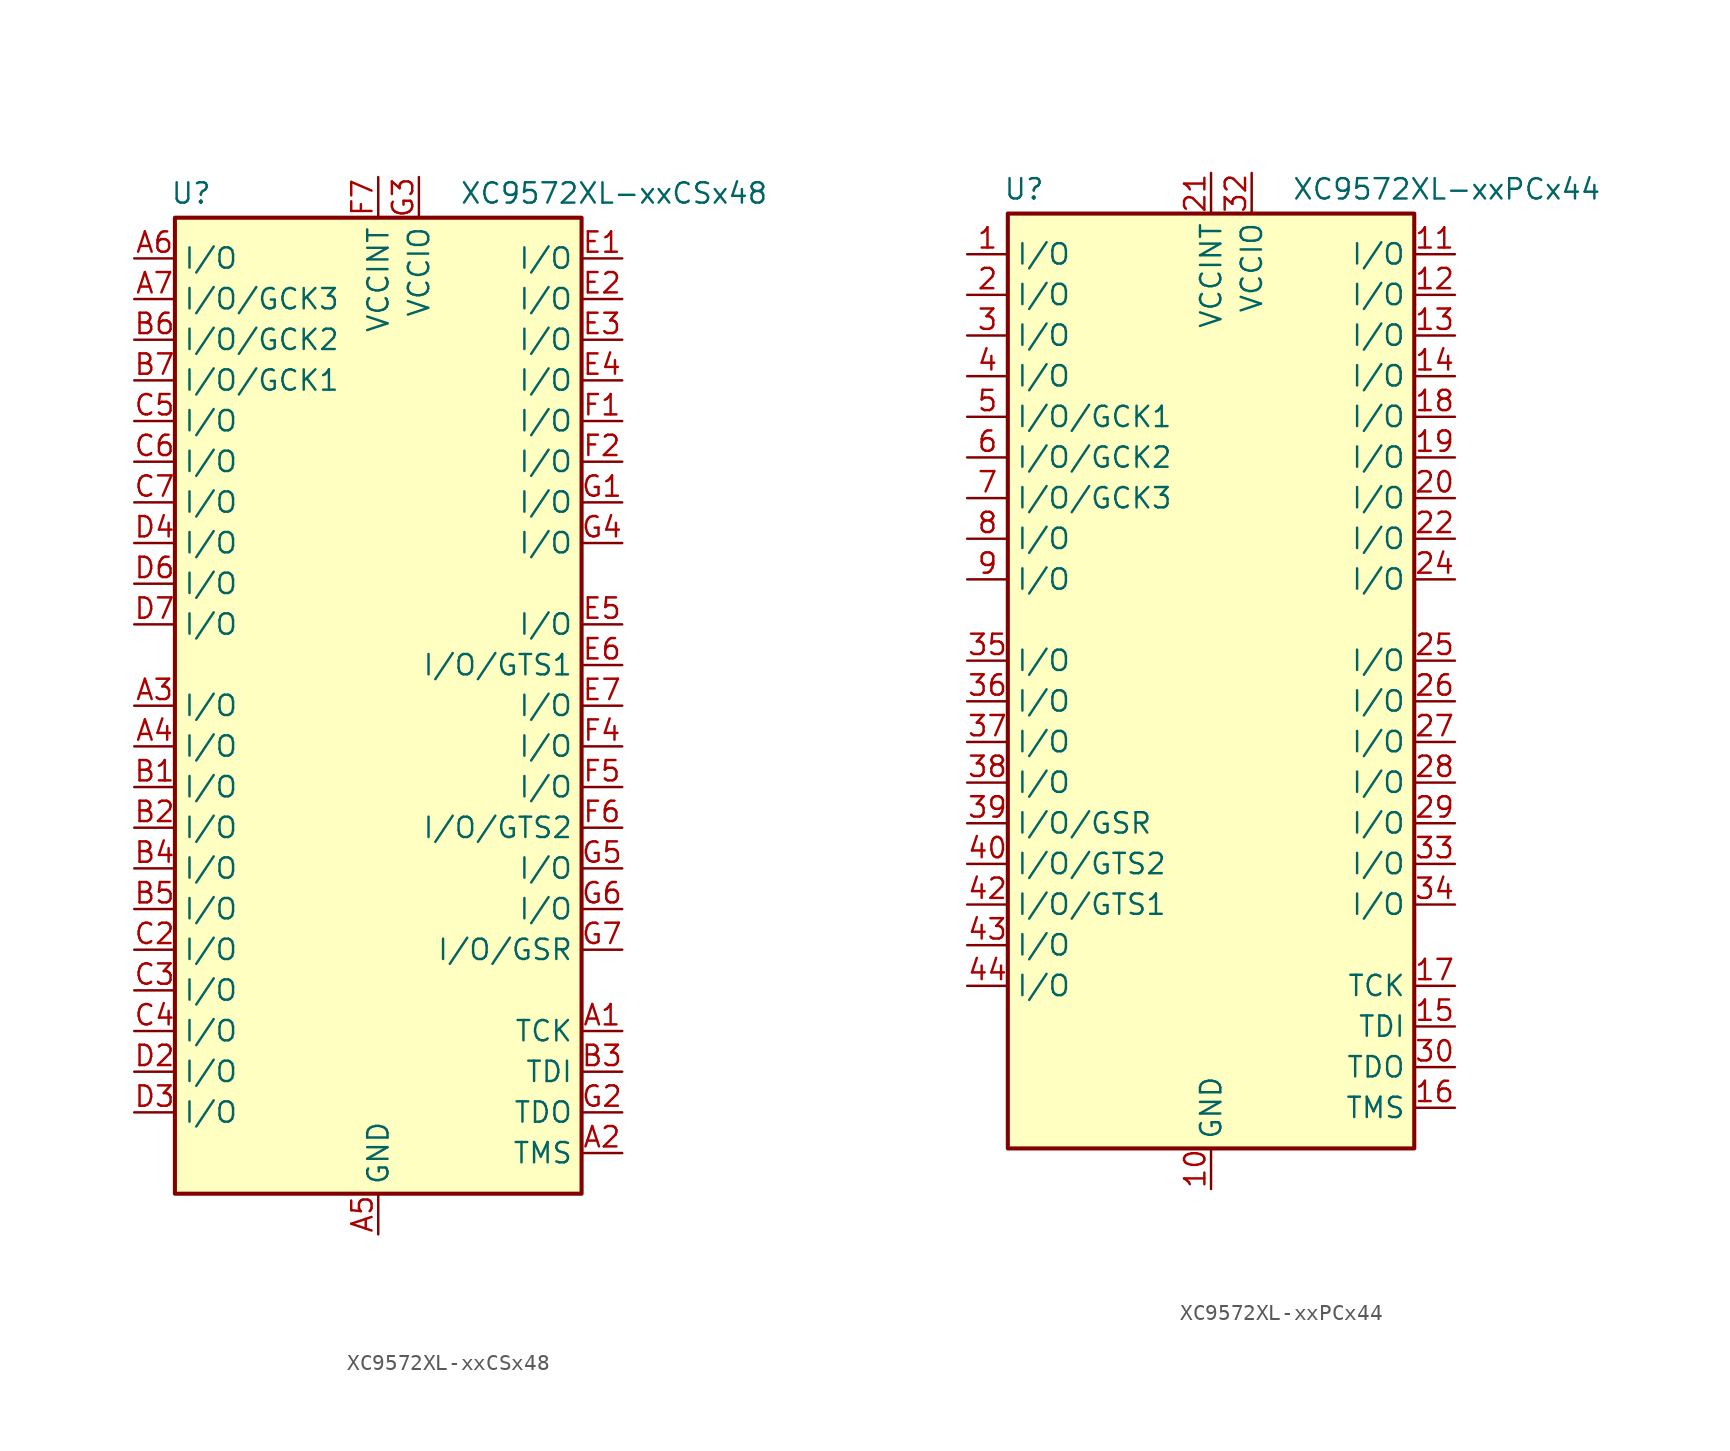
<source format=kicad_sym>
(kicad_symbol_lib
  (version 20241209)
  (generator "kicad_symbol_editor")
  (generator_version "9.0")
  (symbol "XC9572XL-xxCSx48"
    (property "Reference" "U"
      (at -11.684 32.004 0)
      (effects (font (size 1.27 1.27))))
    (property "Value" "XC9572XL-xxCSx48"
      (at 14.732 32.004 0)
      (effects (font (size 1.27 1.27))))
    (symbol "XC9572XL-xxCSx48_1_1"
      (rectangle (start -12.7 30.48) (end 12.7 -30.48) (stroke (width 0.254) (type default)) (fill (type background)))
      (pin bidirectional line (at -15.24 27.94 0) (length 2.54) (name "I/O" (effects (font (size 1.27 1.27)))) (number "A6" (effects (font (size 1.27 1.27)))))
      (pin bidirectional line (at -15.24 25.4 0) (length 2.54) (name "I/O/GCK3" (effects (font (size 1.27 1.27)))) (number "A7" (effects (font (size 1.27 1.27)))))
      (pin bidirectional line (at -15.24 22.86 0) (length 2.54) (name "I/O/GCK2" (effects (font (size 1.27 1.27)))) (number "B6" (effects (font (size 1.27 1.27)))))
      (pin bidirectional line (at -15.24 20.32 0) (length 2.54) (name "I/O/GCK1" (effects (font (size 1.27 1.27)))) (number "B7" (effects (font (size 1.27 1.27)))))
      (pin bidirectional line (at -15.24 17.78 0) (length 2.54) (name "I/O" (effects (font (size 1.27 1.27)))) (number "C5" (effects (font (size 1.27 1.27)))))
      (pin bidirectional line (at -15.24 15.24 0) (length 2.54) (name "I/O" (effects (font (size 1.27 1.27)))) (number "C6" (effects (font (size 1.27 1.27)))))
      (pin bidirectional line (at -15.24 12.7 0) (length 2.54) (name "I/O" (effects (font (size 1.27 1.27)))) (number "C7" (effects (font (size 1.27 1.27)))))
      (pin bidirectional line (at -15.24 10.16 0) (length 2.54) (name "I/O" (effects (font (size 1.27 1.27)))) (number "D4" (effects (font (size 1.27 1.27)))))
      (pin bidirectional line (at -15.24 7.62 0) (length 2.54) (name "I/O" (effects (font (size 1.27 1.27)))) (number "D6" (effects (font (size 1.27 1.27)))))
      (pin bidirectional line (at -15.24 5.08 0) (length 2.54) (name "I/O" (effects (font (size 1.27 1.27)))) (number "D7" (effects (font (size 1.27 1.27)))))
      (pin bidirectional line (at -15.24 0 0) (length 2.54) (name "I/O" (effects (font (size 1.27 1.27)))) (number "A3" (effects (font (size 1.27 1.27)))))
      (pin bidirectional line (at -15.24 -2.54 0) (length 2.54) (name "I/O" (effects (font (size 1.27 1.27)))) (number "A4" (effects (font (size 1.27 1.27)))))
      (pin bidirectional line (at -15.24 -5.08 0) (length 2.54) (name "I/O" (effects (font (size 1.27 1.27)))) (number "B1" (effects (font (size 1.27 1.27)))))
      (pin bidirectional line (at -15.24 -7.62 0) (length 2.54) (name "I/O" (effects (font (size 1.27 1.27)))) (number "B2" (effects (font (size 1.27 1.27)))))
      (pin bidirectional line (at -15.24 -10.16 0) (length 2.54) (name "I/O" (effects (font (size 1.27 1.27)))) (number "B4" (effects (font (size 1.27 1.27)))))
      (pin bidirectional line (at -15.24 -12.7 0) (length 2.54) (name "I/O" (effects (font (size 1.27 1.27)))) (number "B5" (effects (font (size 1.27 1.27)))))
      (pin bidirectional line (at -15.24 -15.24 0) (length 2.54) (name "I/O" (effects (font (size 1.27 1.27)))) (number "C2" (effects (font (size 1.27 1.27)))))
      (pin bidirectional line (at -15.24 -17.78 0) (length 2.54) (name "I/O" (effects (font (size 1.27 1.27)))) (number "C3" (effects (font (size 1.27 1.27)))))
      (pin bidirectional line (at -15.24 -20.32 0) (length 2.54) (name "I/O" (effects (font (size 1.27 1.27)))) (number "C4" (effects (font (size 1.27 1.27)))))
      (pin bidirectional line (at -15.24 -22.86 0) (length 2.54) (name "I/O" (effects (font (size 1.27 1.27)))) (number "D2" (effects (font (size 1.27 1.27)))))
      (pin bidirectional line (at -15.24 -25.4 0) (length 2.54) (name "I/O" (effects (font (size 1.27 1.27)))) (number "D3" (effects (font (size 1.27 1.27)))))
      (pin passive line (at 0 33.02 270) (length 2.54) (hide yes) (name "VCCINT" (effects (font (size 1.27 1.27)))) (number "C1" (effects (font (size 1.27 1.27)))))
      (pin power_in line (at 0 33.02 270) (length 2.54) (name "VCCINT" (effects (font (size 1.27 1.27)))) (number "F7" (effects (font (size 1.27 1.27)))))
      (pin power_in line (at 0 -33.02 90) (length 2.54) (name "GND" (effects (font (size 1.27 1.27)))) (number "A5" (effects (font (size 1.27 1.27)))))
      (pin passive line (at 0 -33.02 90) (length 2.54) (hide yes) (name "GND" (effects (font (size 1.27 1.27)))) (number "D1" (effects (font (size 1.27 1.27)))))
      (pin passive line (at 0 -33.02 90) (length 2.54) (hide yes) (name "GND" (effects (font (size 1.27 1.27)))) (number "F3" (effects (font (size 1.27 1.27)))))
      (pin power_in line (at 2.54 33.02 270) (length 2.54) (name "VCCIO" (effects (font (size 1.27 1.27)))) (number "G3" (effects (font (size 1.27 1.27)))))
      (pin bidirectional line (at 15.24 27.94 180) (length 2.54) (name "I/O" (effects (font (size 1.27 1.27)))) (number "E1" (effects (font (size 1.27 1.27)))))
      (pin bidirectional line (at 15.24 25.4 180) (length 2.54) (name "I/O" (effects (font (size 1.27 1.27)))) (number "E2" (effects (font (size 1.27 1.27)))))
      (pin bidirectional line (at 15.24 22.86 180) (length 2.54) (name "I/O" (effects (font (size 1.27 1.27)))) (number "E3" (effects (font (size 1.27 1.27)))))
      (pin bidirectional line (at 15.24 20.32 180) (length 2.54) (name "I/O" (effects (font (size 1.27 1.27)))) (number "E4" (effects (font (size 1.27 1.27)))))
      (pin bidirectional line (at 15.24 17.78 180) (length 2.54) (name "I/O" (effects (font (size 1.27 1.27)))) (number "F1" (effects (font (size 1.27 1.27)))))
      (pin bidirectional line (at 15.24 15.24 180) (length 2.54) (name "I/O" (effects (font (size 1.27 1.27)))) (number "F2" (effects (font (size 1.27 1.27)))))
      (pin bidirectional line (at 15.24 12.7 180) (length 2.54) (name "I/O" (effects (font (size 1.27 1.27)))) (number "G1" (effects (font (size 1.27 1.27)))))
      (pin bidirectional line (at 15.24 10.16 180) (length 2.54) (name "I/O" (effects (font (size 1.27 1.27)))) (number "G4" (effects (font (size 1.27 1.27)))))
      (pin bidirectional line (at 15.24 5.08 180) (length 2.54) (name "I/O" (effects (font (size 1.27 1.27)))) (number "E5" (effects (font (size 1.27 1.27)))))
      (pin bidirectional line (at 15.24 2.54 180) (length 2.54) (name "I/O/GTS1" (effects (font (size 1.27 1.27)))) (number "E6" (effects (font (size 1.27 1.27)))))
      (pin bidirectional line (at 15.24 0 180) (length 2.54) (name "I/O" (effects (font (size 1.27 1.27)))) (number "E7" (effects (font (size 1.27 1.27)))))
      (pin bidirectional line (at 15.24 -2.54 180) (length 2.54) (name "I/O" (effects (font (size 1.27 1.27)))) (number "F4" (effects (font (size 1.27 1.27)))))
      (pin bidirectional line (at 15.24 -5.08 180) (length 2.54) (name "I/O" (effects (font (size 1.27 1.27)))) (number "F5" (effects (font (size 1.27 1.27)))))
      (pin bidirectional line (at 15.24 -7.62 180) (length 2.54) (name "I/O/GTS2" (effects (font (size 1.27 1.27)))) (number "F6" (effects (font (size 1.27 1.27)))))
      (pin bidirectional line (at 15.24 -10.16 180) (length 2.54) (name "I/O" (effects (font (size 1.27 1.27)))) (number "G5" (effects (font (size 1.27 1.27)))))
      (pin bidirectional line (at 15.24 -12.7 180) (length 2.54) (name "I/O" (effects (font (size 1.27 1.27)))) (number "G6" (effects (font (size 1.27 1.27)))))
      (pin bidirectional line (at 15.24 -15.24 180) (length 2.54) (name "I/O/GSR" (effects (font (size 1.27 1.27)))) (number "G7" (effects (font (size 1.27 1.27)))))
      (pin input line (at 15.24 -20.32 180) (length 2.54) (name "TCK" (effects (font (size 1.27 1.27)))) (number "A1" (effects (font (size 1.27 1.27)))))
      (pin input line (at 15.24 -22.86 180) (length 2.54) (name "TDI" (effects (font (size 1.27 1.27)))) (number "B3" (effects (font (size 1.27 1.27)))))
      (pin output line (at 15.24 -25.4 180) (length 2.54) (name "TDO" (effects (font (size 1.27 1.27)))) (number "G2" (effects (font (size 1.27 1.27)))))
      (pin input line (at 15.24 -27.94 180) (length 2.54) (name "TMS" (effects (font (size 1.27 1.27)))) (number "A2" (effects (font (size 1.27 1.27)))))))
  (symbol "XC9572XL-xxPCx44"
    (property "Reference" "U"
      (at -11.684 32.004 0)
      (effects (font (size 1.27 1.27))))
    (property "Value" "XC9572XL-xxPCx44"
      (at 14.732 32.004 0)
      (effects (font (size 1.27 1.27))))
    (symbol "XC9572XL-xxPCx44_1_1"
      (rectangle (start -12.7 30.48) (end 12.7 -27.94) (stroke (width 0.254) (type default)) (fill (type background)))
      (pin bidirectional line (at -15.24 27.94 0) (length 2.54) (name "I/O" (effects (font (size 1.27 1.27)))) (number "1" (effects (font (size 1.27 1.27)))))
      (pin bidirectional line (at -15.24 25.4 0) (length 2.54) (name "I/O" (effects (font (size 1.27 1.27)))) (number "2" (effects (font (size 1.27 1.27)))))
      (pin bidirectional line (at -15.24 22.86 0) (length 2.54) (name "I/O" (effects (font (size 1.27 1.27)))) (number "3" (effects (font (size 1.27 1.27)))))
      (pin bidirectional line (at -15.24 20.32 0) (length 2.54) (name "I/O" (effects (font (size 1.27 1.27)))) (number "4" (effects (font (size 1.27 1.27)))))
      (pin bidirectional line (at -15.24 17.78 0) (length 2.54) (name "I/O/GCK1" (effects (font (size 1.27 1.27)))) (number "5" (effects (font (size 1.27 1.27)))))
      (pin bidirectional line (at -15.24 15.24 0) (length 2.54) (name "I/O/GCK2" (effects (font (size 1.27 1.27)))) (number "6" (effects (font (size 1.27 1.27)))))
      (pin bidirectional line (at -15.24 12.7 0) (length 2.54) (name "I/O/GCK3" (effects (font (size 1.27 1.27)))) (number "7" (effects (font (size 1.27 1.27)))))
      (pin bidirectional line (at -15.24 10.16 0) (length 2.54) (name "I/O" (effects (font (size 1.27 1.27)))) (number "8" (effects (font (size 1.27 1.27)))))
      (pin bidirectional line (at -15.24 7.62 0) (length 2.54) (name "I/O" (effects (font (size 1.27 1.27)))) (number "9" (effects (font (size 1.27 1.27)))))
      (pin bidirectional line (at -15.24 2.54 0) (length 2.54) (name "I/O" (effects (font (size 1.27 1.27)))) (number "35" (effects (font (size 1.27 1.27)))))
      (pin bidirectional line (at -15.24 0 0) (length 2.54) (name "I/O" (effects (font (size 1.27 1.27)))) (number "36" (effects (font (size 1.27 1.27)))))
      (pin bidirectional line (at -15.24 -2.54 0) (length 2.54) (name "I/O" (effects (font (size 1.27 1.27)))) (number "37" (effects (font (size 1.27 1.27)))))
      (pin bidirectional line (at -15.24 -5.08 0) (length 2.54) (name "I/O" (effects (font (size 1.27 1.27)))) (number "38" (effects (font (size 1.27 1.27)))))
      (pin bidirectional line (at -15.24 -7.62 0) (length 2.54) (name "I/O/GSR" (effects (font (size 1.27 1.27)))) (number "39" (effects (font (size 1.27 1.27)))))
      (pin bidirectional line (at -15.24 -10.16 0) (length 2.54) (name "I/O/GTS2" (effects (font (size 1.27 1.27)))) (number "40" (effects (font (size 1.27 1.27)))))
      (pin bidirectional line (at -15.24 -12.7 0) (length 2.54) (name "I/O/GTS1" (effects (font (size 1.27 1.27)))) (number "42" (effects (font (size 1.27 1.27)))))
      (pin bidirectional line (at -15.24 -15.24 0) (length 2.54) (name "I/O" (effects (font (size 1.27 1.27)))) (number "43" (effects (font (size 1.27 1.27)))))
      (pin bidirectional line (at -15.24 -17.78 0) (length 2.54) (name "I/O" (effects (font (size 1.27 1.27)))) (number "44" (effects (font (size 1.27 1.27)))))
      (pin power_in line (at 0 33.02 270) (length 2.54) (name "VCCINT" (effects (font (size 1.27 1.27)))) (number "21" (effects (font (size 1.27 1.27)))))
      (pin passive line (at 0 33.02 270) (length 2.54) (hide yes) (name "VCCINT" (effects (font (size 1.27 1.27)))) (number "41" (effects (font (size 1.27 1.27)))))
      (pin power_in line (at 0 -30.48 90) (length 2.54) (name "GND" (effects (font (size 1.27 1.27)))) (number "10" (effects (font (size 1.27 1.27)))))
      (pin passive line (at 0 -30.48 90) (length 2.54) (hide yes) (name "GND" (effects (font (size 1.27 1.27)))) (number "23" (effects (font (size 1.27 1.27)))))
      (pin passive line (at 0 -30.48 90) (length 2.54) (hide yes) (name "GND" (effects (font (size 1.27 1.27)))) (number "31" (effects (font (size 1.27 1.27)))))
      (pin power_in line (at 2.54 33.02 270) (length 2.54) (name "VCCIO" (effects (font (size 1.27 1.27)))) (number "32" (effects (font (size 1.27 1.27)))))
      (pin bidirectional line (at 15.24 27.94 180) (length 2.54) (name "I/O" (effects (font (size 1.27 1.27)))) (number "11" (effects (font (size 1.27 1.27)))))
      (pin bidirectional line (at 15.24 25.4 180) (length 2.54) (name "I/O" (effects (font (size 1.27 1.27)))) (number "12" (effects (font (size 1.27 1.27)))))
      (pin bidirectional line (at 15.24 22.86 180) (length 2.54) (name "I/O" (effects (font (size 1.27 1.27)))) (number "13" (effects (font (size 1.27 1.27)))))
      (pin bidirectional line (at 15.24 20.32 180) (length 2.54) (name "I/O" (effects (font (size 1.27 1.27)))) (number "14" (effects (font (size 1.27 1.27)))))
      (pin bidirectional line (at 15.24 17.78 180) (length 2.54) (name "I/O" (effects (font (size 1.27 1.27)))) (number "18" (effects (font (size 1.27 1.27)))))
      (pin bidirectional line (at 15.24 15.24 180) (length 2.54) (name "I/O" (effects (font (size 1.27 1.27)))) (number "19" (effects (font (size 1.27 1.27)))))
      (pin bidirectional line (at 15.24 12.7 180) (length 2.54) (name "I/O" (effects (font (size 1.27 1.27)))) (number "20" (effects (font (size 1.27 1.27)))))
      (pin bidirectional line (at 15.24 10.16 180) (length 2.54) (name "I/O" (effects (font (size 1.27 1.27)))) (number "22" (effects (font (size 1.27 1.27)))))
      (pin bidirectional line (at 15.24 7.62 180) (length 2.54) (name "I/O" (effects (font (size 1.27 1.27)))) (number "24" (effects (font (size 1.27 1.27)))))
      (pin bidirectional line (at 15.24 2.54 180) (length 2.54) (name "I/O" (effects (font (size 1.27 1.27)))) (number "25" (effects (font (size 1.27 1.27)))))
      (pin bidirectional line (at 15.24 0 180) (length 2.54) (name "I/O" (effects (font (size 1.27 1.27)))) (number "26" (effects (font (size 1.27 1.27)))))
      (pin bidirectional line (at 15.24 -2.54 180) (length 2.54) (name "I/O" (effects (font (size 1.27 1.27)))) (number "27" (effects (font (size 1.27 1.27)))))
      (pin bidirectional line (at 15.24 -5.08 180) (length 2.54) (name "I/O" (effects (font (size 1.27 1.27)))) (number "28" (effects (font (size 1.27 1.27)))))
      (pin bidirectional line (at 15.24 -7.62 180) (length 2.54) (name "I/O" (effects (font (size 1.27 1.27)))) (number "29" (effects (font (size 1.27 1.27)))))
      (pin bidirectional line (at 15.24 -10.16 180) (length 2.54) (name "I/O" (effects (font (size 1.27 1.27)))) (number "33" (effects (font (size 1.27 1.27)))))
      (pin bidirectional line (at 15.24 -12.7 180) (length 2.54) (name "I/O" (effects (font (size 1.27 1.27)))) (number "34" (effects (font (size 1.27 1.27)))))
      (pin input line (at 15.24 -17.78 180) (length 2.54) (name "TCK" (effects (font (size 1.27 1.27)))) (number "17" (effects (font (size 1.27 1.27)))))
      (pin input line (at 15.24 -20.32 180) (length 2.54) (name "TDI" (effects (font (size 1.27 1.27)))) (number "15" (effects (font (size 1.27 1.27)))))
      (pin output line (at 15.24 -22.86 180) (length 2.54) (name "TDO" (effects (font (size 1.27 1.27)))) (number "30" (effects (font (size 1.27 1.27)))))
      (pin input line (at 15.24 -25.4 180) (length 2.54) (name "TMS" (effects (font (size 1.27 1.27)))) (number "16" (effects (font (size 1.27 1.27))))))))
</source>
